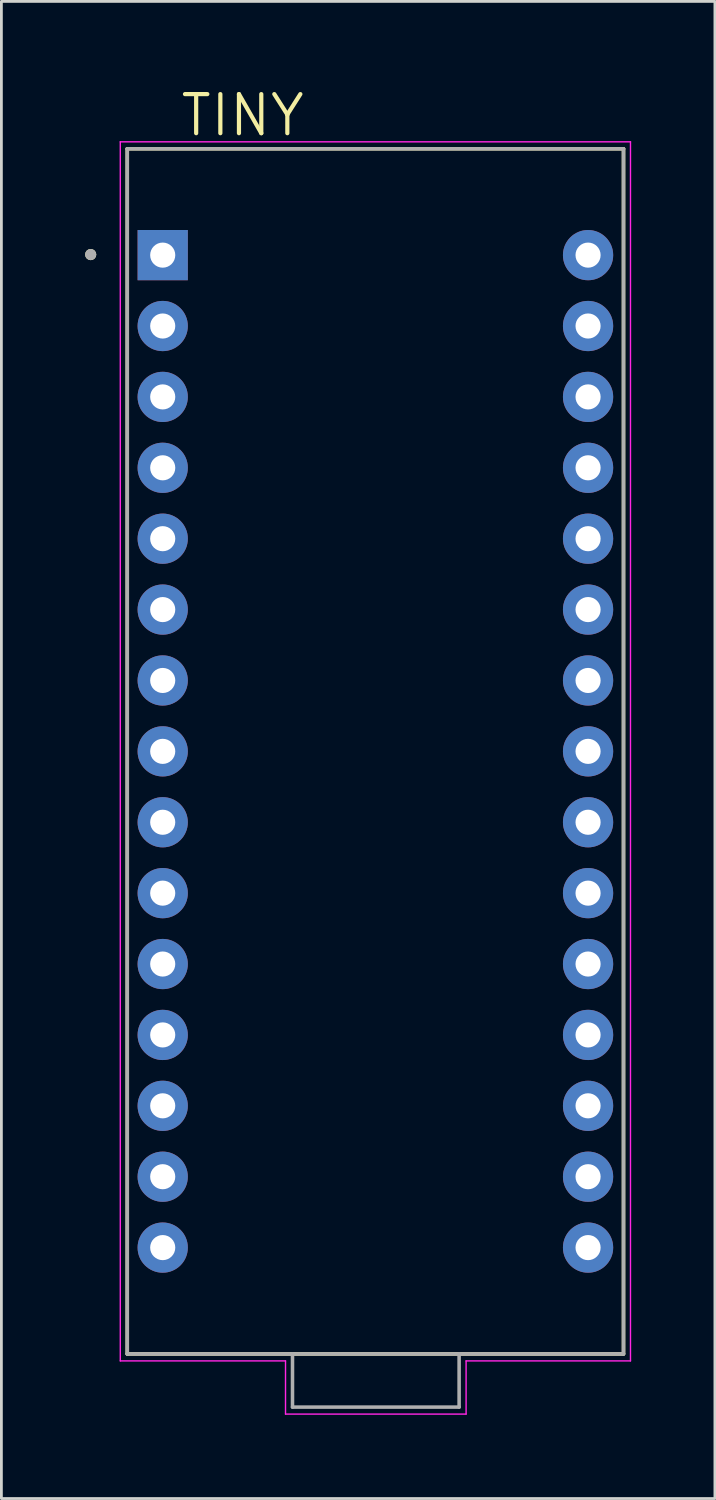
<source format=kicad_pcb>
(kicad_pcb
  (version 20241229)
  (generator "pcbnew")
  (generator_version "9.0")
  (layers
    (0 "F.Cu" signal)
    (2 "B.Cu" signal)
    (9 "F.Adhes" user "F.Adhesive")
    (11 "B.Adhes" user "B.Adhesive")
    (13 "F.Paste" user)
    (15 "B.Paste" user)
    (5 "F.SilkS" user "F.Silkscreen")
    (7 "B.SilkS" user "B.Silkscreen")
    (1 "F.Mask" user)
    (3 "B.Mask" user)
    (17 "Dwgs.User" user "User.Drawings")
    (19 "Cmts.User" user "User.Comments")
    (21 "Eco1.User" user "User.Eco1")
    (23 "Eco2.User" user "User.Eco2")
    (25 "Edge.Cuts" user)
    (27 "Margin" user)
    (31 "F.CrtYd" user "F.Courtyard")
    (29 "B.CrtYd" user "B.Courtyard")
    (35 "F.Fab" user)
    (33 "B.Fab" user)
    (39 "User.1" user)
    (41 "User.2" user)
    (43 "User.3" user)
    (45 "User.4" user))
  (footprint "TINY"
    (layer "F.Cu")
    (at 10.4 23.871)
    (property "Reference" "TINY" (at -4.755 -22.789 0) (layer "F.SilkS") (effects (font (size 1.4 1.4) (thickness 0.15))))
    (attr through_hole)
    (fp_line (start -8.89 -21.59) (end 8.89 -21.59) (stroke (width 0.127) (type solid)) (layer "F.SilkS"))
    (fp_line (start -8.89 21.59) (end -8.89 -21.59) (stroke (width 0.127) (type solid)) (layer "F.SilkS"))
    (fp_line (start 8.89 -21.59) (end 8.89 21.59) (stroke (width 0.127) (type solid)) (layer "F.SilkS"))
    (fp_line (start 8.89 21.59) (end -8.89 21.59) (stroke (width 0.127) (type solid)) (layer "F.SilkS"))
    (fp_circle (center -10.2 -17.8) (end -10.1 -17.8) (stroke (width 0.2) (type solid)) (fill no) (layer "F.SilkS"))
    (fp_line (start -9.14 -21.84) (end 9.14 -21.84) (stroke (width 0.05) (type solid)) (layer "F.CrtYd"))
    (fp_line (start -9.14 21.84) (end -9.14 -21.84) (stroke (width 0.05) (type solid)) (layer "F.CrtYd"))
    (fp_line (start -9.14 21.84) (end -3.22 21.84) (stroke (width 0.05) (type solid)) (layer "F.CrtYd"))
    (fp_line (start -3.22 21.84) (end -3.22 23.745) (stroke (width 0.05) (type solid)) (layer "F.CrtYd"))
    (fp_line (start -3.22 23.745) (end 3.25 23.745) (stroke (width 0.05) (type solid)) (layer "F.CrtYd"))
    (fp_line (start 3.25 21.84) (end 9.14 21.84) (stroke (width 0.05) (type solid)) (layer "F.CrtYd"))
    (fp_line (start 3.25 23.745) (end 3.25 21.84) (stroke (width 0.05) (type solid)) (layer "F.CrtYd"))
    (fp_line (start 9.14 -21.84) (end 9.14 21.84) (stroke (width 0.05) (type solid)) (layer "F.CrtYd"))
    (fp_line (start -8.89 -21.59) (end 8.89 -21.59) (stroke (width 0.127) (type solid)) (layer "F.Fab"))
    (fp_line (start -8.89 21.59) (end -8.89 -21.59) (stroke (width 0.127) (type solid)) (layer "F.Fab"))
    (fp_line (start -2.97 21.59) (end -8.89 21.59) (stroke (width 0.127) (type solid)) (layer "F.Fab"))
    (fp_line (start -2.97 21.59) (end -2.97 23.495) (stroke (width 0.127) (type solid)) (layer "F.Fab"))
    (fp_line (start -2.97 23.495) (end 3 23.495) (stroke (width 0.127) (type solid)) (layer "F.Fab"))
    (fp_line (start 3 21.59) (end -2.97 21.59) (stroke (width 0.127) (type solid)) (layer "F.Fab"))
    (fp_line (start 3 23.495) (end 3 21.59) (stroke (width 0.127) (type solid)) (layer "F.Fab"))
    (fp_line (start 8.89 -21.59) (end 8.89 21.59) (stroke (width 0.127) (type solid)) (layer "F.Fab"))
    (fp_line (start 8.89 21.59) (end 3 21.59) (stroke (width 0.127) (type solid)) (layer "F.Fab"))
    (fp_circle (center -10.2 -17.8) (end -10.1 -17.8) (stroke (width 0.2) (type solid)) (fill no) (layer "F.Fab"))
    (pad "1" thru_hole circle (at 7.62 -17.78) (size 1.8 1.8) (drill 0.9) (layers "*.Cu" "*.Mask"))
    (pad "2" thru_hole circle (at 7.62 -15.24) (size 1.8 1.8) (drill 0.9) (layers "*.Cu" "*.Mask"))
    (pad "3" thru_hole circle (at 7.62 -12.7) (size 1.8 1.8) (drill 0.9) (layers "*.Cu" "*.Mask"))
    (pad "4" thru_hole circle (at 7.62 -10.16) (size 1.8 1.8) (drill 0.9) (layers "*.Cu" "*.Mask"))
    (pad "5" thru_hole circle (at 7.62 -7.62) (size 1.8 1.8) (drill 0.9) (layers "*.Cu" "*.Mask"))
    (pad "6" thru_hole circle (at 7.62 -5.08) (size 1.8 1.8) (drill 0.9) (layers "*.Cu" "*.Mask"))
    (pad "7" thru_hole circle (at 7.62 -2.54) (size 1.8 1.8) (drill 0.9) (layers "*.Cu" "*.Mask"))
    (pad "8" thru_hole circle (at 7.62 0) (size 1.8 1.8) (drill 0.9) (layers "*.Cu" "*.Mask"))
    (pad "9" thru_hole circle (at 7.62 2.54) (size 1.8 1.8) (drill 0.9) (layers "*.Cu" "*.Mask"))
    (pad "10" thru_hole circle (at 7.62 5.08) (size 1.8 1.8) (drill 0.9) (layers "*.Cu" "*.Mask"))
    (pad "11" thru_hole circle (at 7.62 7.62) (size 1.8 1.8) (drill 0.9) (layers "*.Cu" "*.Mask"))
    (pad "12" thru_hole circle (at 7.62 10.16) (size 1.8 1.8) (drill 0.9) (layers "*.Cu" "*.Mask"))
    (pad "13" thru_hole circle (at 7.62 12.7) (size 1.8 1.8) (drill 0.9) (layers "*.Cu" "*.Mask"))
    (pad "14" thru_hole circle (at 7.62 15.24) (size 1.8 1.8) (drill 0.9) (layers "*.Cu" "*.Mask"))
    (pad "15" thru_hole circle (at 7.62 17.78) (size 1.8 1.8) (drill 0.9) (layers "*.Cu" "*.Mask"))
    (pad "16" thru_hole rect (at -7.62 -17.78) (size 1.8 1.8) (drill 0.9) (layers "*.Cu" "*.Mask"))
    (pad "17" thru_hole circle (at -7.62 -15.24) (size 1.8 1.8) (drill 0.9) (layers "*.Cu" "*.Mask"))
    (pad "18" thru_hole circle (at -7.62 -12.7) (size 1.8 1.8) (drill 0.9) (layers "*.Cu" "*.Mask"))
    (pad "19" thru_hole circle (at -7.62 -10.16) (size 1.8 1.8) (drill 0.9) (layers "*.Cu" "*.Mask"))
    (pad "20" thru_hole circle (at -7.62 -7.62) (size 1.8 1.8) (drill 0.9) (layers "*.Cu" "*.Mask"))
    (pad "21" thru_hole circle (at -7.62 -5.08) (size 1.8 1.8) (drill 0.9) (layers "*.Cu" "*.Mask"))
    (pad "22" thru_hole circle (at -7.62 -2.54) (size 1.8 1.8) (drill 0.9) (layers "*.Cu" "*.Mask"))
    (pad "23" thru_hole circle (at -7.62 0) (size 1.8 1.8) (drill 0.9) (layers "*.Cu" "*.Mask"))
    (pad "24" thru_hole circle (at -7.62 2.54) (size 1.8 1.8) (drill 0.9) (layers "*.Cu" "*.Mask"))
    (pad "25" thru_hole circle (at -7.62 5.08) (size 1.8 1.8) (drill 0.9) (layers "*.Cu" "*.Mask"))
    (pad "26" thru_hole circle (at -7.62 7.62) (size 1.8 1.8) (drill 0.9) (layers "*.Cu" "*.Mask"))
    (pad "27" thru_hole circle (at -7.62 10.16) (size 1.8 1.8) (drill 0.9) (layers "*.Cu" "*.Mask"))
    (pad "28" thru_hole circle (at -7.62 12.7) (size 1.8 1.8) (drill 0.9) (layers "*.Cu" "*.Mask"))
    (pad "29" thru_hole circle (at -7.62 15.24) (size 1.8 1.8) (drill 0.9) (layers "*.Cu" "*.Mask"))
    (pad "30" thru_hole circle (at -7.62 17.78) (size 1.8 1.8) (drill 0.9) (layers "*.Cu" "*.Mask")))
  (gr_rect
    (start -3 -3)
    (end 22.565 50.641)
    (stroke (width 0.1) (type default))
    (fill no)
    (layer "Edge.Cuts")))
</source>
